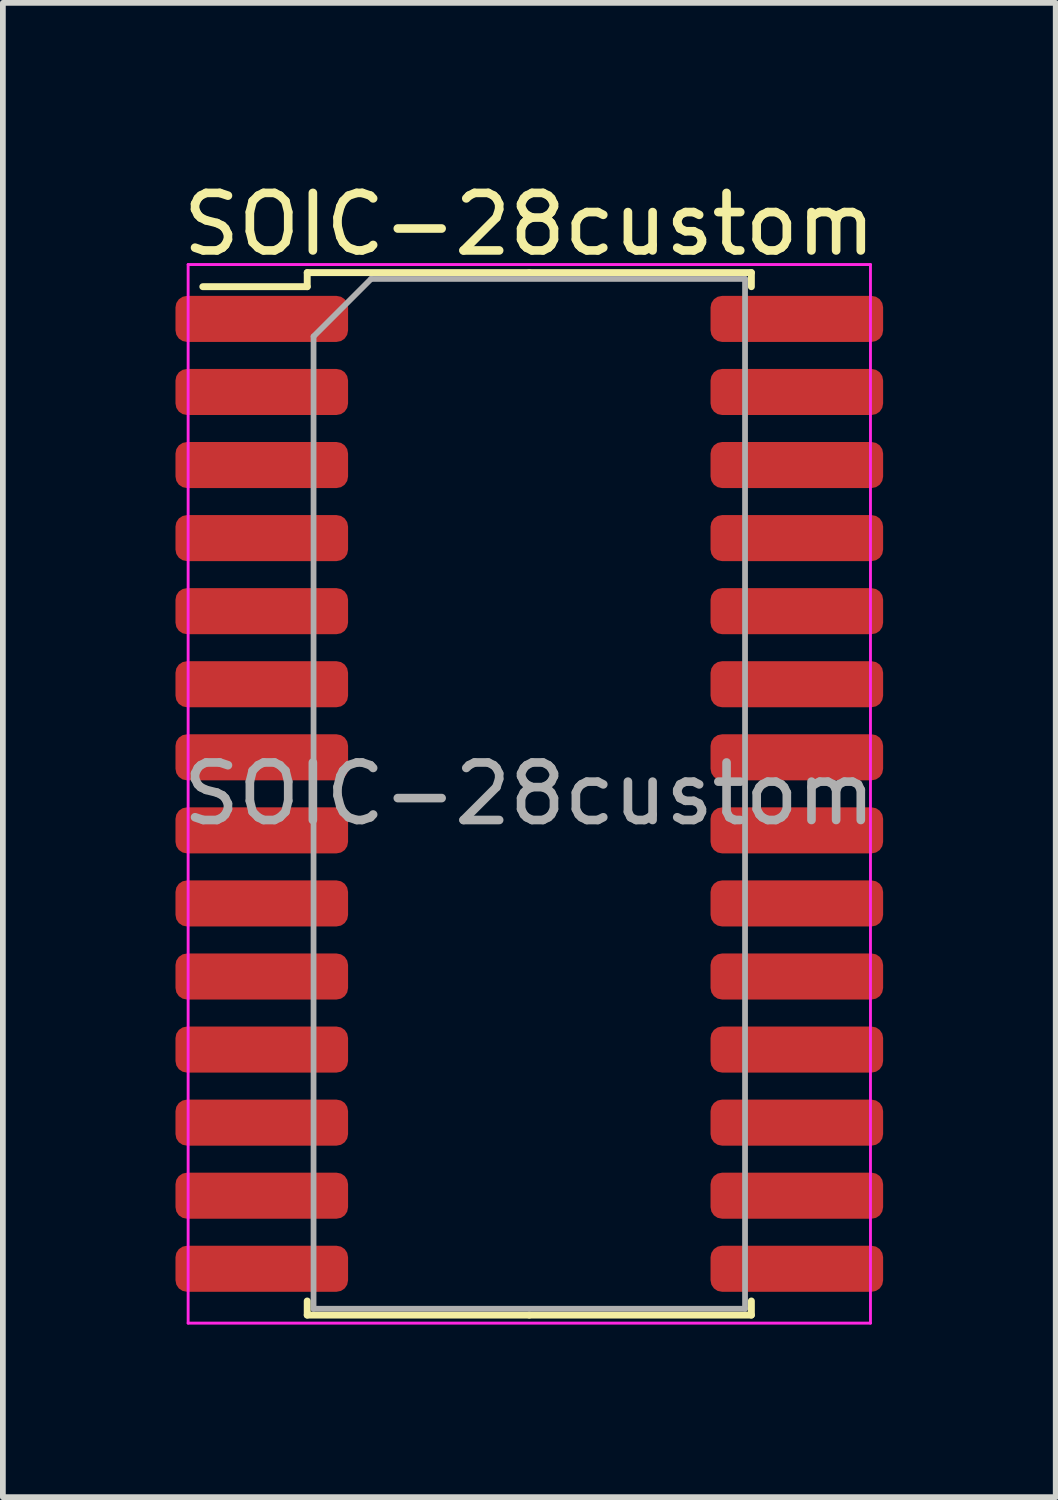
<source format=kicad_pcb>
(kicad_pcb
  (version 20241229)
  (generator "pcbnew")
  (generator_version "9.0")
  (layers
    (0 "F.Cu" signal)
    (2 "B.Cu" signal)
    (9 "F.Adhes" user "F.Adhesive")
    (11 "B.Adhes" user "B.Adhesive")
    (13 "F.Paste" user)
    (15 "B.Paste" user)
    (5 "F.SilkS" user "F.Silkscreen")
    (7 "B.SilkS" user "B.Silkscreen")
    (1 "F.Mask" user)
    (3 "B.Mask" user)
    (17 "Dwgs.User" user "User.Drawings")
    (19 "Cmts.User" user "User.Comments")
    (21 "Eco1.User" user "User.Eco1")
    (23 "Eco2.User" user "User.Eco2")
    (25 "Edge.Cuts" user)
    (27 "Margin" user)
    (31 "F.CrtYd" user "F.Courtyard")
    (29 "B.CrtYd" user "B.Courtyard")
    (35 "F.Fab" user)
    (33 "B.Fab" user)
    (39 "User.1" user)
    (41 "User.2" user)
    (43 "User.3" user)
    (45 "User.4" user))
  (footprint "SOIC-28custom"
    (layer "F.Cu")
    (at 6.15 10.748)
    (property "Reference" "SOIC-28custom" (at 0 -9.9 0) (layer "F.SilkS") (effects (font (size 1 1) (thickness 0.15))))
    (attr smd)
    (fp_line (start -3.86 -9.06) (end -3.86 -8.815) (stroke (width 0.12) (type solid)) (layer "F.SilkS"))
    (fp_line (start -3.86 -8.815) (end -5.675 -8.815) (stroke (width 0.12) (type solid)) (layer "F.SilkS"))
    (fp_line (start -3.86 9.06) (end -3.86 8.815) (stroke (width 0.12) (type solid)) (layer "F.SilkS"))
    (fp_line (start 0 -9.06) (end -3.86 -9.06) (stroke (width 0.12) (type solid)) (layer "F.SilkS"))
    (fp_line (start 0 -9.06) (end 3.86 -9.06) (stroke (width 0.12) (type solid)) (layer "F.SilkS"))
    (fp_line (start 0 9.06) (end -3.86 9.06) (stroke (width 0.12) (type solid)) (layer "F.SilkS"))
    (fp_line (start 0 9.06) (end 3.86 9.06) (stroke (width 0.12) (type solid)) (layer "F.SilkS"))
    (fp_line (start 3.86 -9.06) (end 3.86 -8.815) (stroke (width 0.12) (type solid)) (layer "F.SilkS"))
    (fp_line (start 3.86 9.06) (end 3.86 8.815) (stroke (width 0.12) (type solid)) (layer "F.SilkS"))
    (fp_line (start -5.93 -9.2) (end -5.93 9.2) (stroke (width 0.05) (type solid)) (layer "F.CrtYd"))
    (fp_line (start -5.93 9.2) (end 5.93 9.2) (stroke (width 0.05) (type solid)) (layer "F.CrtYd"))
    (fp_line (start 5.93 -9.2) (end -5.93 -9.2) (stroke (width 0.05) (type solid)) (layer "F.CrtYd"))
    (fp_line (start 5.93 9.2) (end 5.93 -9.2) (stroke (width 0.05) (type solid)) (layer "F.CrtYd"))
    (fp_line (start -3.75 -7.95) (end -2.75 -8.95) (stroke (width 0.1) (type solid)) (layer "F.Fab"))
    (fp_line (start -3.75 8.95) (end -3.75 -7.95) (stroke (width 0.1) (type solid)) (layer "F.Fab"))
    (fp_line (start -2.75 -8.95) (end 3.75 -8.95) (stroke (width 0.1) (type solid)) (layer "F.Fab"))
    (fp_line (start 3.75 -8.95) (end 3.75 8.95) (stroke (width 0.1) (type solid)) (layer "F.Fab"))
    (fp_line (start 3.75 8.95) (end -3.75 8.95) (stroke (width 0.1) (type solid)) (layer "F.Fab"))
    (fp_text user "${REFERENCE}" (at 0 0 0) (layer "F.Fab") (effects (font (size 1 1) (thickness 0.15))))
    (pad "1" smd roundrect (at -4.65 -8.255) (size 3 0.8) (layers "F.Cu" "F.Mask" "F.Paste") (roundrect_rratio 0.25))
    (pad "2" smd roundrect (at -4.65 -6.985) (size 3 0.8) (layers "F.Cu" "F.Mask" "F.Paste") (roundrect_rratio 0.25))
    (pad "3" smd roundrect (at -4.65 -5.715) (size 3 0.8) (layers "F.Cu" "F.Mask" "F.Paste") (roundrect_rratio 0.25))
    (pad "4" smd roundrect (at -4.65 -4.445) (size 3 0.8) (layers "F.Cu" "F.Mask" "F.Paste") (roundrect_rratio 0.25))
    (pad "5" smd roundrect (at -4.65 -3.175) (size 3 0.8) (layers "F.Cu" "F.Mask" "F.Paste") (roundrect_rratio 0.25))
    (pad "6" smd roundrect (at -4.65 -1.905) (size 3 0.8) (layers "F.Cu" "F.Mask" "F.Paste") (roundrect_rratio 0.25))
    (pad "7" smd roundrect (at -4.65 -0.635) (size 3 0.8) (layers "F.Cu" "F.Mask" "F.Paste") (roundrect_rratio 0.25))
    (pad "8" smd roundrect (at -4.65 0.635) (size 3 0.8) (layers "F.Cu" "F.Mask" "F.Paste") (roundrect_rratio 0.25))
    (pad "9" smd roundrect (at -4.65 1.905) (size 3 0.8) (layers "F.Cu" "F.Mask" "F.Paste") (roundrect_rratio 0.25))
    (pad "10" smd roundrect (at -4.65 3.175) (size 3 0.8) (layers "F.Cu" "F.Mask" "F.Paste") (roundrect_rratio 0.25))
    (pad "11" smd roundrect (at -4.65 4.445) (size 3 0.8) (layers "F.Cu" "F.Mask" "F.Paste") (roundrect_rratio 0.25))
    (pad "12" smd roundrect (at -4.65 5.715) (size 3 0.8) (layers "F.Cu" "F.Mask" "F.Paste") (roundrect_rratio 0.25))
    (pad "13" smd roundrect (at -4.65 6.985) (size 3 0.8) (layers "F.Cu" "F.Mask" "F.Paste") (roundrect_rratio 0.25))
    (pad "14" smd roundrect (at -4.65 8.255) (size 3 0.8) (layers "F.Cu" "F.Mask" "F.Paste") (roundrect_rratio 0.25))
    (pad "15" smd roundrect (at 4.65 8.255) (size 3 0.8) (layers "F.Cu" "F.Mask" "F.Paste") (roundrect_rratio 0.25))
    (pad "16" smd roundrect (at 4.65 6.985) (size 3 0.8) (layers "F.Cu" "F.Mask" "F.Paste") (roundrect_rratio 0.25))
    (pad "17" smd roundrect (at 4.65 5.715) (size 3 0.8) (layers "F.Cu" "F.Mask" "F.Paste") (roundrect_rratio 0.25))
    (pad "18" smd roundrect (at 4.65 4.445) (size 3 0.8) (layers "F.Cu" "F.Mask" "F.Paste") (roundrect_rratio 0.25))
    (pad "19" smd roundrect (at 4.65 3.175) (size 3 0.8) (layers "F.Cu" "F.Mask" "F.Paste") (roundrect_rratio 0.25))
    (pad "20" smd roundrect (at 4.65 1.905) (size 3 0.8) (layers "F.Cu" "F.Mask" "F.Paste") (roundrect_rratio 0.25))
    (pad "21" smd roundrect (at 4.65 0.635) (size 3 0.8) (layers "F.Cu" "F.Mask" "F.Paste") (roundrect_rratio 0.25))
    (pad "22" smd roundrect (at 4.65 -0.635) (size 3 0.8) (layers "F.Cu" "F.Mask" "F.Paste") (roundrect_rratio 0.25))
    (pad "23" smd roundrect (at 4.65 -1.905) (size 3 0.8) (layers "F.Cu" "F.Mask" "F.Paste") (roundrect_rratio 0.25))
    (pad "24" smd roundrect (at 4.65 -3.175) (size 3 0.8) (layers "F.Cu" "F.Mask" "F.Paste") (roundrect_rratio 0.25))
    (pad "25" smd roundrect (at 4.65 -4.445) (size 3 0.8) (layers "F.Cu" "F.Mask" "F.Paste") (roundrect_rratio 0.25))
    (pad "26" smd roundrect (at 4.65 -5.715) (size 3 0.8) (layers "F.Cu" "F.Mask" "F.Paste") (roundrect_rratio 0.25))
    (pad "27" smd roundrect (at 4.65 -6.985) (size 3 0.8) (layers "F.Cu" "F.Mask" "F.Paste") (roundrect_rratio 0.25))
    (pad "28" smd roundrect (at 4.65 -8.255) (size 3 0.8) (layers "F.Cu" "F.Mask" "F.Paste") (roundrect_rratio 0.25)))
  (gr_rect
    (start -3 -3)
    (end 15.3 22.973)
    (stroke (width 0.1) (type default))
    (fill no)
    (layer "Edge.Cuts")))
</source>
